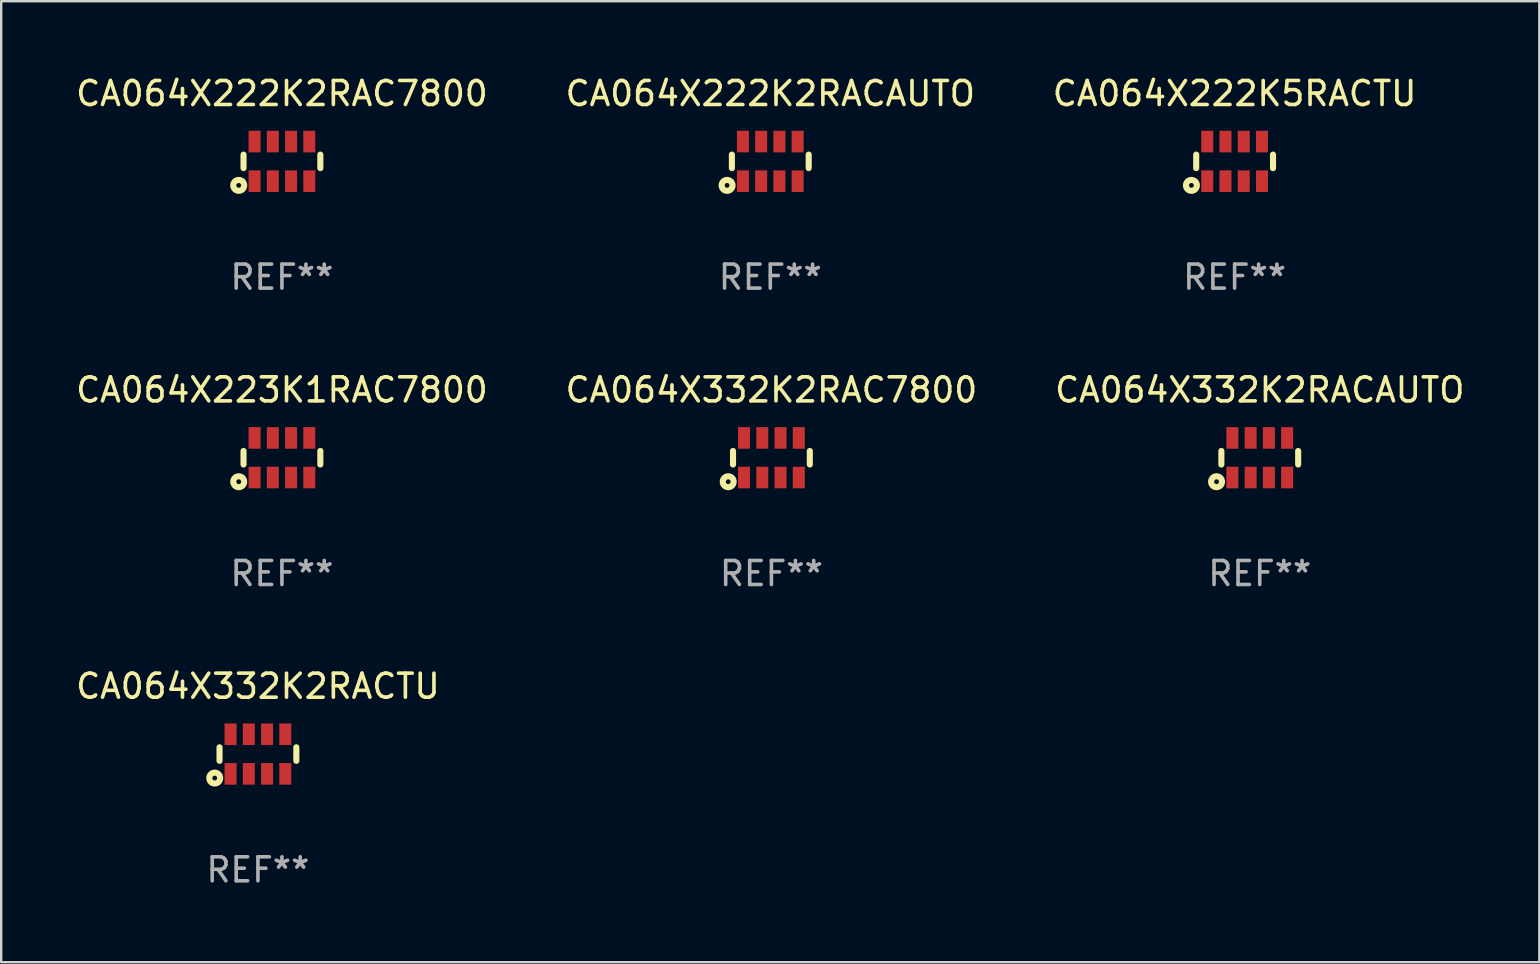
<source format=kicad_pcb>
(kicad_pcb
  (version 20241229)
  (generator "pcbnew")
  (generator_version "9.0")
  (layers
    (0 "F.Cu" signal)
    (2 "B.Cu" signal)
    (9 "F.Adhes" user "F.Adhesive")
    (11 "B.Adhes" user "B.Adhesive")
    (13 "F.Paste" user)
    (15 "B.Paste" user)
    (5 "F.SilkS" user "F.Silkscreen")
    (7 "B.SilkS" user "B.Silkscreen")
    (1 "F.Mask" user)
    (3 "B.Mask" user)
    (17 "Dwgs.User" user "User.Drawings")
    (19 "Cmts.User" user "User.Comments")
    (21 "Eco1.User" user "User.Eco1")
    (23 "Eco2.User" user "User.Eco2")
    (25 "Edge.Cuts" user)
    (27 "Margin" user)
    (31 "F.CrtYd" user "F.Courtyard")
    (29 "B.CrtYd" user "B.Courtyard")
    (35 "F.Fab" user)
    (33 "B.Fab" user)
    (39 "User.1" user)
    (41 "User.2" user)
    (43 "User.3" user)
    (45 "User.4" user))
  (footprint "CA064X332K2RACAUTO"
    (layer "F.Cu")
    (at 49.435 16.02)
    (property "Reference" "CA064X332K2RACAUTO" (at 0 -2.825 0) (layer "F.SilkS") (effects (font (size 1 1) (thickness 0.15))))
    (attr through_hole)
    (fp_line (start -1.6 -0.282) (end -1.6 0.282) (stroke (width 0.254) (type solid)) (layer "F.SilkS"))
    (fp_line (start 1.6 -0.282) (end 1.6 0.282) (stroke (width 0.254) (type solid)) (layer "F.SilkS"))
    (fp_circle (center -1.8 1) (end -1.7 1) (stroke (width 0.254) (type solid)) (fill no) (layer "F.SilkS"))
    (fp_circle (center -1.6 0.8) (end -1.57 0.8) (stroke (width 0.06) (type solid)) (fill no) (layer "F.SilkS"))
    (fp_text user "REF**" (at 0 4.825 0) (layer "F.Fab") (effects (font (size 1 1) (thickness 0.15))))
    (pad "1" smd rect (at -1.14 0.825 90) (size 0.9 0.5) (layers "F.Cu" "F.Mask" "F.Paste"))
    (pad "2" smd rect (at -0.38 0.825 90) (size 0.9 0.5) (layers "F.Cu" "F.Mask" "F.Paste"))
    (pad "3" smd rect (at 0.38 0.825 90) (size 0.9 0.5) (layers "F.Cu" "F.Mask" "F.Paste"))
    (pad "4" smd rect (at 1.14 0.825 90) (size 0.9 0.5) (layers "F.Cu" "F.Mask" "F.Paste"))
    (pad "5" smd rect (at 1.14 -0.825 90) (size 0.9 0.5) (layers "F.Cu" "F.Mask" "F.Paste"))
    (pad "6" smd rect (at 0.38 -0.825 90) (size 0.9 0.5) (layers "F.Cu" "F.Mask" "F.Paste"))
    (pad "7" smd rect (at -0.38 -0.825 90) (size 0.9 0.5) (layers "F.Cu" "F.Mask" "F.Paste"))
    (pad "8" smd rect (at -1.14 -0.825 90) (size 0.9 0.5) (layers "F.Cu" "F.Mask" "F.Paste")))
  (footprint "CA064X332K2RACTU"
    (layer "F.Cu")
    (at 7.696 28.366)
    (property "Reference" "CA064X332K2RACTU" (at 0 -2.825 0) (layer "F.SilkS") (effects (font (size 1 1) (thickness 0.15))))
    (attr through_hole)
    (fp_line (start -1.6 -0.282) (end -1.6 0.282) (stroke (width 0.254) (type solid)) (layer "F.SilkS"))
    (fp_line (start 1.6 -0.282) (end 1.6 0.282) (stroke (width 0.254) (type solid)) (layer "F.SilkS"))
    (fp_circle (center -1.8 1) (end -1.7 1) (stroke (width 0.254) (type solid)) (fill no) (layer "F.SilkS"))
    (fp_circle (center -1.6 0.8) (end -1.57 0.8) (stroke (width 0.06) (type solid)) (fill no) (layer "F.SilkS"))
    (fp_text user "REF**" (at 0 4.825 0) (layer "F.Fab") (effects (font (size 1 1) (thickness 0.15))))
    (pad "1" smd rect (at -1.14 0.825 90) (size 0.9 0.5) (layers "F.Cu" "F.Mask" "F.Paste"))
    (pad "2" smd rect (at -0.38 0.825 90) (size 0.9 0.5) (layers "F.Cu" "F.Mask" "F.Paste"))
    (pad "3" smd rect (at 0.38 0.825 90) (size 0.9 0.5) (layers "F.Cu" "F.Mask" "F.Paste"))
    (pad "4" smd rect (at 1.14 0.825 90) (size 0.9 0.5) (layers "F.Cu" "F.Mask" "F.Paste"))
    (pad "5" smd rect (at 1.14 -0.825 90) (size 0.9 0.5) (layers "F.Cu" "F.Mask" "F.Paste"))
    (pad "6" smd rect (at 0.38 -0.825 90) (size 0.9 0.5) (layers "F.Cu" "F.Mask" "F.Paste"))
    (pad "7" smd rect (at -0.38 -0.825 90) (size 0.9 0.5) (layers "F.Cu" "F.Mask" "F.Paste"))
    (pad "8" smd rect (at -1.14 -0.825 90) (size 0.9 0.5) (layers "F.Cu" "F.Mask" "F.Paste")))
  (footprint "CA064X222K5RACTU"
    (layer "F.Cu")
    (at 48.387 3.673)
    (property "Reference" "CA064X222K5RACTU" (at 0 -2.825 0) (layer "F.SilkS") (effects (font (size 1 1) (thickness 0.15))))
    (attr through_hole)
    (fp_line (start -1.6 -0.282) (end -1.6 0.282) (stroke (width 0.254) (type solid)) (layer "F.SilkS"))
    (fp_line (start 1.6 -0.282) (end 1.6 0.282) (stroke (width 0.254) (type solid)) (layer "F.SilkS"))
    (fp_circle (center -1.8 1) (end -1.7 1) (stroke (width 0.254) (type solid)) (fill no) (layer "F.SilkS"))
    (fp_circle (center -1.6 0.8) (end -1.57 0.8) (stroke (width 0.06) (type solid)) (fill no) (layer "F.SilkS"))
    (fp_text user "REF**" (at 0 4.825 0) (layer "F.Fab") (effects (font (size 1 1) (thickness 0.15))))
    (pad "1" smd rect (at -1.14 0.825 90) (size 0.9 0.5) (layers "F.Cu" "F.Mask" "F.Paste"))
    (pad "2" smd rect (at -0.38 0.825 90) (size 0.9 0.5) (layers "F.Cu" "F.Mask" "F.Paste"))
    (pad "3" smd rect (at 0.38 0.825 90) (size 0.9 0.5) (layers "F.Cu" "F.Mask" "F.Paste"))
    (pad "4" smd rect (at 1.14 0.825 90) (size 0.9 0.5) (layers "F.Cu" "F.Mask" "F.Paste"))
    (pad "5" smd rect (at 1.14 -0.825 90) (size 0.9 0.5) (layers "F.Cu" "F.Mask" "F.Paste"))
    (pad "6" smd rect (at 0.38 -0.825 90) (size 0.9 0.5) (layers "F.Cu" "F.Mask" "F.Paste"))
    (pad "7" smd rect (at -0.38 -0.825 90) (size 0.9 0.5) (layers "F.Cu" "F.Mask" "F.Paste"))
    (pad "8" smd rect (at -1.14 -0.825 90) (size 0.9 0.5) (layers "F.Cu" "F.Mask" "F.Paste")))
  (footprint "CA064X332K2RAC7800"
    (layer "F.Cu")
    (at 29.089 16.02)
    (property "Reference" "CA064X332K2RAC7800" (at 0 -2.825 0) (layer "F.SilkS") (effects (font (size 1 1) (thickness 0.15))))
    (attr through_hole)
    (fp_line (start -1.6 -0.282) (end -1.6 0.282) (stroke (width 0.254) (type solid)) (layer "F.SilkS"))
    (fp_line (start 1.6 -0.282) (end 1.6 0.282) (stroke (width 0.254) (type solid)) (layer "F.SilkS"))
    (fp_circle (center -1.8 1) (end -1.7 1) (stroke (width 0.254) (type solid)) (fill no) (layer "F.SilkS"))
    (fp_circle (center -1.6 0.8) (end -1.57 0.8) (stroke (width 0.06) (type solid)) (fill no) (layer "F.SilkS"))
    (fp_text user "REF**" (at 0 4.825 0) (layer "F.Fab") (effects (font (size 1 1) (thickness 0.15))))
    (pad "1" smd rect (at -1.14 0.825 90) (size 0.9 0.5) (layers "F.Cu" "F.Mask" "F.Paste"))
    (pad "2" smd rect (at -0.38 0.825 90) (size 0.9 0.5) (layers "F.Cu" "F.Mask" "F.Paste"))
    (pad "3" smd rect (at 0.38 0.825 90) (size 0.9 0.5) (layers "F.Cu" "F.Mask" "F.Paste"))
    (pad "4" smd rect (at 1.14 0.825 90) (size 0.9 0.5) (layers "F.Cu" "F.Mask" "F.Paste"))
    (pad "5" smd rect (at 1.14 -0.825 90) (size 0.9 0.5) (layers "F.Cu" "F.Mask" "F.Paste"))
    (pad "6" smd rect (at 0.38 -0.825 90) (size 0.9 0.5) (layers "F.Cu" "F.Mask" "F.Paste"))
    (pad "7" smd rect (at -0.38 -0.825 90) (size 0.9 0.5) (layers "F.Cu" "F.Mask" "F.Paste"))
    (pad "8" smd rect (at -1.14 -0.825 90) (size 0.9 0.5) (layers "F.Cu" "F.Mask" "F.Paste")))
  (footprint "CA064X222K2RACAUTO"
    (layer "F.Cu")
    (at 29.042 3.673)
    (property "Reference" "CA064X222K2RACAUTO" (at 0 -2.825 0) (layer "F.SilkS") (effects (font (size 1 1) (thickness 0.15))))
    (attr through_hole)
    (fp_line (start -1.6 -0.282) (end -1.6 0.282) (stroke (width 0.254) (type solid)) (layer "F.SilkS"))
    (fp_line (start 1.6 -0.282) (end 1.6 0.282) (stroke (width 0.254) (type solid)) (layer "F.SilkS"))
    (fp_circle (center -1.8 1) (end -1.7 1) (stroke (width 0.254) (type solid)) (fill no) (layer "F.SilkS"))
    (fp_circle (center -1.6 0.8) (end -1.57 0.8) (stroke (width 0.06) (type solid)) (fill no) (layer "F.SilkS"))
    (fp_text user "REF**" (at 0 4.825 0) (layer "F.Fab") (effects (font (size 1 1) (thickness 0.15))))
    (pad "1" smd rect (at -1.14 0.825 90) (size 0.9 0.5) (layers "F.Cu" "F.Mask" "F.Paste"))
    (pad "2" smd rect (at -0.38 0.825 90) (size 0.9 0.5) (layers "F.Cu" "F.Mask" "F.Paste"))
    (pad "3" smd rect (at 0.38 0.825 90) (size 0.9 0.5) (layers "F.Cu" "F.Mask" "F.Paste"))
    (pad "4" smd rect (at 1.14 0.825 90) (size 0.9 0.5) (layers "F.Cu" "F.Mask" "F.Paste"))
    (pad "5" smd rect (at 1.14 -0.825 90) (size 0.9 0.5) (layers "F.Cu" "F.Mask" "F.Paste"))
    (pad "6" smd rect (at 0.38 -0.825 90) (size 0.9 0.5) (layers "F.Cu" "F.Mask" "F.Paste"))
    (pad "7" smd rect (at -0.38 -0.825 90) (size 0.9 0.5) (layers "F.Cu" "F.Mask" "F.Paste"))
    (pad "8" smd rect (at -1.14 -0.825 90) (size 0.9 0.5) (layers "F.Cu" "F.Mask" "F.Paste")))
  (footprint "CA064X222K2RAC7800"
    (layer "F.Cu")
    (at 8.696 3.673)
    (property "Reference" "CA064X222K2RAC7800" (at 0 -2.825 0) (layer "F.SilkS") (effects (font (size 1 1) (thickness 0.15))))
    (attr through_hole)
    (fp_line (start -1.6 -0.282) (end -1.6 0.282) (stroke (width 0.254) (type solid)) (layer "F.SilkS"))
    (fp_line (start 1.6 -0.282) (end 1.6 0.282) (stroke (width 0.254) (type solid)) (layer "F.SilkS"))
    (fp_circle (center -1.8 1) (end -1.7 1) (stroke (width 0.254) (type solid)) (fill no) (layer "F.SilkS"))
    (fp_circle (center -1.6 0.8) (end -1.57 0.8) (stroke (width 0.06) (type solid)) (fill no) (layer "F.SilkS"))
    (fp_text user "REF**" (at 0 4.825 0) (layer "F.Fab") (effects (font (size 1 1) (thickness 0.15))))
    (pad "1" smd rect (at -1.14 0.825 90) (size 0.9 0.5) (layers "F.Cu" "F.Mask" "F.Paste"))
    (pad "2" smd rect (at -0.38 0.825 90) (size 0.9 0.5) (layers "F.Cu" "F.Mask" "F.Paste"))
    (pad "3" smd rect (at 0.38 0.825 90) (size 0.9 0.5) (layers "F.Cu" "F.Mask" "F.Paste"))
    (pad "4" smd rect (at 1.14 0.825 90) (size 0.9 0.5) (layers "F.Cu" "F.Mask" "F.Paste"))
    (pad "5" smd rect (at 1.14 -0.825 90) (size 0.9 0.5) (layers "F.Cu" "F.Mask" "F.Paste"))
    (pad "6" smd rect (at 0.38 -0.825 90) (size 0.9 0.5) (layers "F.Cu" "F.Mask" "F.Paste"))
    (pad "7" smd rect (at -0.38 -0.825 90) (size 0.9 0.5) (layers "F.Cu" "F.Mask" "F.Paste"))
    (pad "8" smd rect (at -1.14 -0.825 90) (size 0.9 0.5) (layers "F.Cu" "F.Mask" "F.Paste")))
  (footprint "CA064X223K1RAC7800"
    (layer "F.Cu")
    (at 8.696 16.02)
    (property "Reference" "CA064X223K1RAC7800" (at 0 -2.825 0) (layer "F.SilkS") (effects (font (size 1 1) (thickness 0.15))))
    (attr through_hole)
    (fp_line (start -1.6 -0.282) (end -1.6 0.282) (stroke (width 0.254) (type solid)) (layer "F.SilkS"))
    (fp_line (start 1.6 -0.282) (end 1.6 0.282) (stroke (width 0.254) (type solid)) (layer "F.SilkS"))
    (fp_circle (center -1.8 1) (end -1.7 1) (stroke (width 0.254) (type solid)) (fill no) (layer "F.SilkS"))
    (fp_circle (center -1.6 0.8) (end -1.57 0.8) (stroke (width 0.06) (type solid)) (fill no) (layer "F.SilkS"))
    (fp_text user "REF**" (at 0 4.825 0) (layer "F.Fab") (effects (font (size 1 1) (thickness 0.15))))
    (pad "1" smd rect (at -1.14 0.825 90) (size 0.9 0.5) (layers "F.Cu" "F.Mask" "F.Paste"))
    (pad "2" smd rect (at -0.38 0.825 90) (size 0.9 0.5) (layers "F.Cu" "F.Mask" "F.Paste"))
    (pad "3" smd rect (at 0.38 0.825 90) (size 0.9 0.5) (layers "F.Cu" "F.Mask" "F.Paste"))
    (pad "4" smd rect (at 1.14 0.825 90) (size 0.9 0.5) (layers "F.Cu" "F.Mask" "F.Paste"))
    (pad "5" smd rect (at 1.14 -0.825 90) (size 0.9 0.5) (layers "F.Cu" "F.Mask" "F.Paste"))
    (pad "6" smd rect (at 0.38 -0.825 90) (size 0.9 0.5) (layers "F.Cu" "F.Mask" "F.Paste"))
    (pad "7" smd rect (at -0.38 -0.825 90) (size 0.9 0.5) (layers "F.Cu" "F.Mask" "F.Paste"))
    (pad "8" smd rect (at -1.14 -0.825 90) (size 0.9 0.5) (layers "F.Cu" "F.Mask" "F.Paste")))
  (gr_rect
    (start -3 -3)
    (end 61.083 37.039)
    (stroke (width 0.1) (type default))
    (fill no)
    (layer "Edge.Cuts")))
</source>
